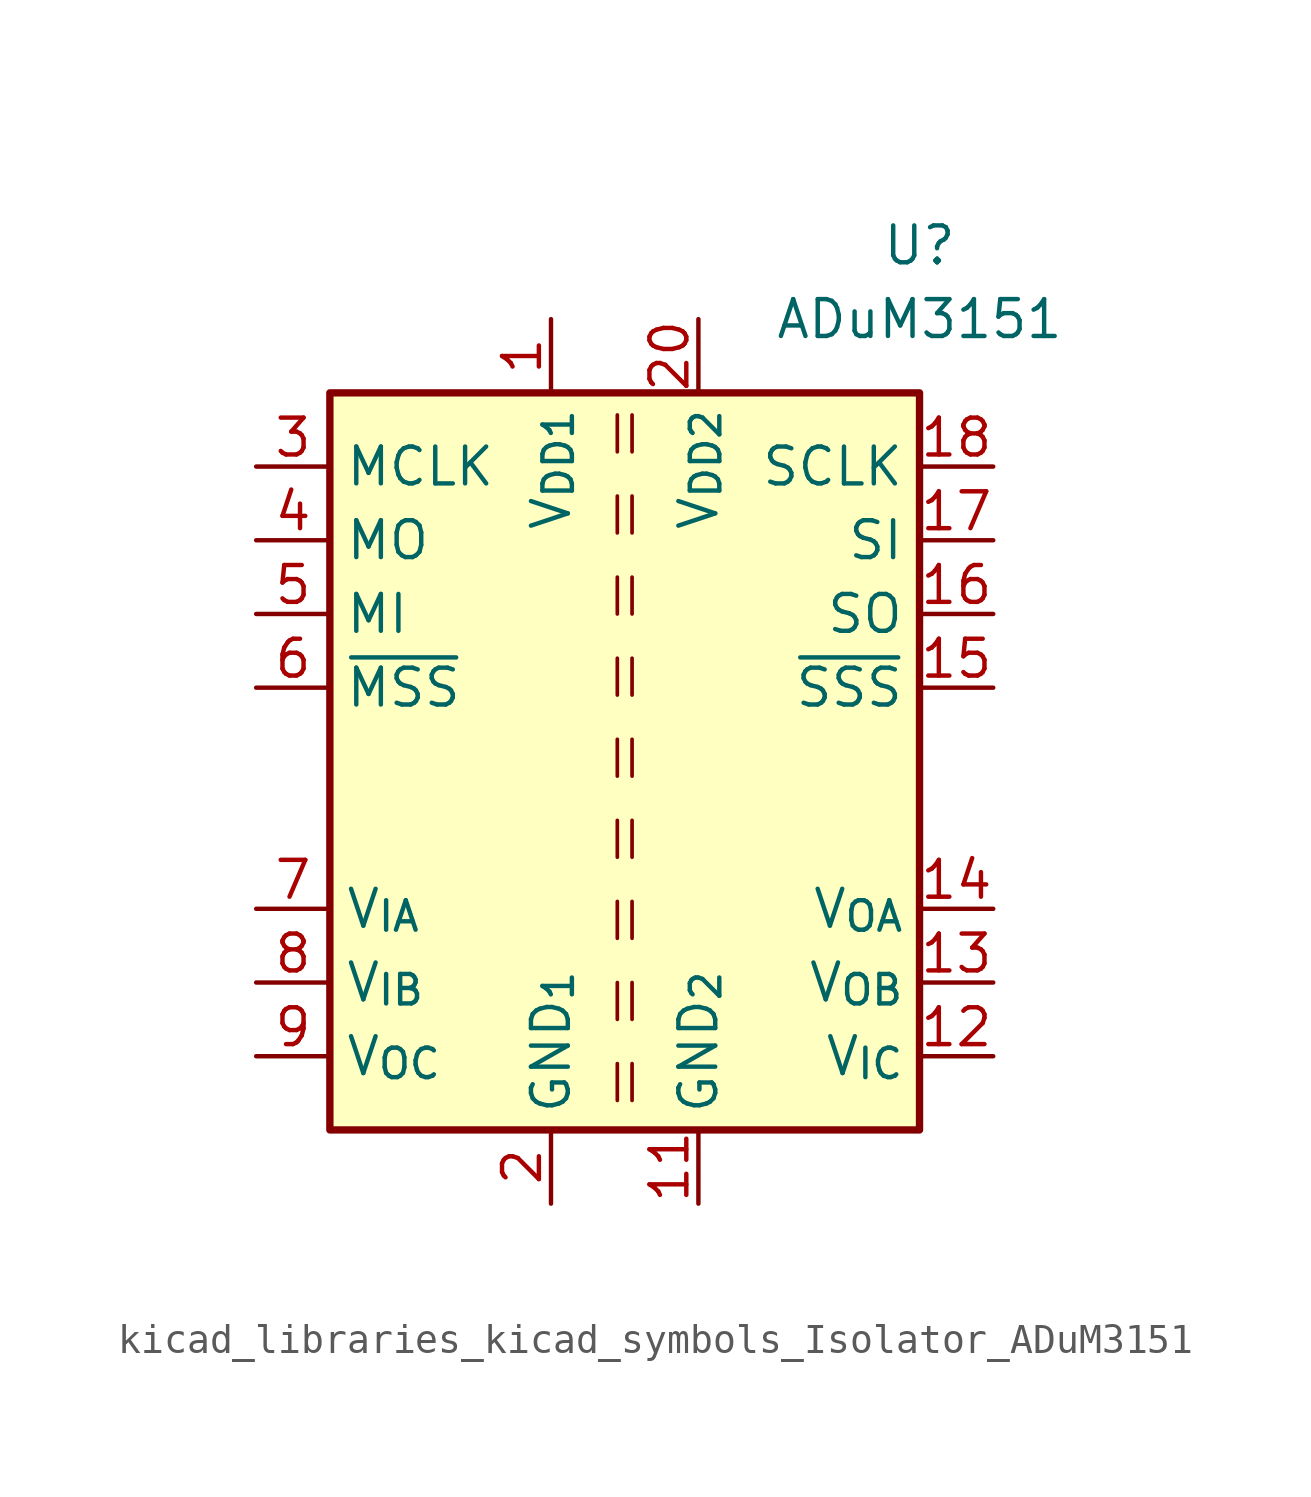
<source format=kicad_sym>
(kicad_symbol_lib
  (version 20220914)
  (generator kicad_symbol_editor)
  (symbol "kicad_libraries_kicad_symbols_Isolator_ADuM3151"
    (property "Reference" "U"
      (at 10.16 17.78 0)
      (effects (font (size 1.27 1.27))))
    (property "Value" "ADuM3151"
      (at 10.16 15.24 0)
      (effects (font (size 1.27 1.27))))
    (symbol "kicad_libraries_kicad_symbols_Isolator_ADuM3151_0_0"
      (rectangle (start -10.16 12.7) (end 10.16 -12.7) (stroke (width 0.254) (type default)) (fill (type background))))
    (symbol "kicad_libraries_kicad_symbols_Isolator_ADuM3151_1_1"
      (polyline (pts (xy -0.254 -10.414) (xy -0.254 -11.684)) (stroke (width 0.127) (type default)) (fill (type none)))
      (polyline (pts (xy -0.254 -7.62) (xy -0.254 -8.89)) (stroke (width 0.127) (type default)) (fill (type none)))
      (polyline (pts (xy -0.254 -4.826) (xy -0.254 -6.096)) (stroke (width 0.127) (type default)) (fill (type none)))
      (polyline (pts (xy -0.254 -2.032) (xy -0.254 -3.302)) (stroke (width 0.127) (type default)) (fill (type none)))
      (polyline (pts (xy -0.254 0.762) (xy -0.254 -0.508)) (stroke (width 0.127) (type default)) (fill (type none)))
      (polyline (pts (xy -0.254 3.556) (xy -0.254 2.286)) (stroke (width 0.127) (type default)) (fill (type none)))
      (polyline (pts (xy -0.254 6.35) (xy -0.254 5.08)) (stroke (width 0.127) (type default)) (fill (type none)))
      (polyline (pts (xy -0.254 9.144) (xy -0.254 7.874)) (stroke (width 0.127) (type default)) (fill (type none)))
      (polyline (pts (xy -0.254 11.938) (xy -0.254 10.668)) (stroke (width 0.127) (type default)) (fill (type none)))
      (polyline (pts (xy 0.254 -10.414) (xy 0.254 -11.684)) (stroke (width 0.127) (type default)) (fill (type none)))
      (polyline (pts (xy 0.254 -7.62) (xy 0.254 -8.89)) (stroke (width 0.127) (type default)) (fill (type none)))
      (polyline (pts (xy 0.254 -4.826) (xy 0.254 -6.096)) (stroke (width 0.127) (type default)) (fill (type none)))
      (polyline (pts (xy 0.254 -2.032) (xy 0.254 -3.302)) (stroke (width 0.127) (type default)) (fill (type none)))
      (polyline (pts (xy 0.254 0.762) (xy 0.254 -0.508)) (stroke (width 0.127) (type default)) (fill (type none)))
      (polyline (pts (xy 0.254 3.556) (xy 0.254 2.286)) (stroke (width 0.127) (type default)) (fill (type none)))
      (polyline (pts (xy 0.254 6.35) (xy 0.254 5.08)) (stroke (width 0.127) (type default)) (fill (type none)))
      (polyline (pts (xy 0.254 9.144) (xy 0.254 7.874)) (stroke (width 0.127) (type default)) (fill (type none)))
      (polyline (pts (xy 0.254 11.938) (xy 0.254 10.668)) (stroke (width 0.127) (type default)) (fill (type none)))
      (pin power_in line (at -2.54 15.24 270) (length 2.54) (name "V_{DD1}" (effects (font (size 1.27 1.27)))) (number "1" (effects (font (size 1.27 1.27)))))
      (pin passive line (at -2.54 -15.24 90) (length 2.54) hide (name "GND_{1}" (effects (font (size 1.27 1.27)))) (number "10" (effects (font (size 1.27 1.27)))))
      (pin power_in line (at 2.54 -15.24 90) (length 2.54) (name "GND_{2}" (effects (font (size 1.27 1.27)))) (number "11" (effects (font (size 1.27 1.27)))))
      (pin input line (at 12.7 -10.16 180) (length 2.54) (name "V_{IC}" (effects (font (size 1.27 1.27)))) (number "12" (effects (font (size 1.27 1.27)))))
      (pin output line (at 12.7 -7.62 180) (length 2.54) (name "V_{OB}" (effects (font (size 1.27 1.27)))) (number "13" (effects (font (size 1.27 1.27)))))
      (pin output line (at 12.7 -5.08 180) (length 2.54) (name "V_{OA}" (effects (font (size 1.27 1.27)))) (number "14" (effects (font (size 1.27 1.27)))))
      (pin output line (at 12.7 2.54 180) (length 2.54) (name "~{SSS}" (effects (font (size 1.27 1.27)))) (number "15" (effects (font (size 1.27 1.27)))))
      (pin input line (at 12.7 5.08 180) (length 2.54) (name "SO" (effects (font (size 1.27 1.27)))) (number "16" (effects (font (size 1.27 1.27)))))
      (pin output line (at 12.7 7.62 180) (length 2.54) (name "SI" (effects (font (size 1.27 1.27)))) (number "17" (effects (font (size 1.27 1.27)))))
      (pin output line (at 12.7 10.16 180) (length 2.54) (name "SCLK" (effects (font (size 1.27 1.27)))) (number "18" (effects (font (size 1.27 1.27)))))
      (pin passive line (at 2.54 -15.24 90) (length 2.54) hide (name "GND_{2}" (effects (font (size 1.27 1.27)))) (number "19" (effects (font (size 1.27 1.27)))))
      (pin power_in line (at -2.54 -15.24 90) (length 2.54) (name "GND_{1}" (effects (font (size 1.27 1.27)))) (number "2" (effects (font (size 1.27 1.27)))))
      (pin power_in line (at 2.54 15.24 270) (length 2.54) (name "V_{DD2}" (effects (font (size 1.27 1.27)))) (number "20" (effects (font (size 1.27 1.27)))))
      (pin input line (at -12.7 10.16 0) (length 2.54) (name "MCLK" (effects (font (size 1.27 1.27)))) (number "3" (effects (font (size 1.27 1.27)))))
      (pin input line (at -12.7 7.62 0) (length 2.54) (name "MO" (effects (font (size 1.27 1.27)))) (number "4" (effects (font (size 1.27 1.27)))))
      (pin output line (at -12.7 5.08 0) (length 2.54) (name "MI" (effects (font (size 1.27 1.27)))) (number "5" (effects (font (size 1.27 1.27)))))
      (pin input line (at -12.7 2.54 0) (length 2.54) (name "~{MSS}" (effects (font (size 1.27 1.27)))) (number "6" (effects (font (size 1.27 1.27)))))
      (pin input line (at -12.7 -5.08 0) (length 2.54) (name "V_{IA}" (effects (font (size 1.27 1.27)))) (number "7" (effects (font (size 1.27 1.27)))))
      (pin input line (at -12.7 -7.62 0) (length 2.54) (name "V_{IB}" (effects (font (size 1.27 1.27)))) (number "8" (effects (font (size 1.27 1.27)))))
      (pin output line (at -12.7 -10.16 0) (length 2.54) (name "V_{OC}" (effects (font (size 1.27 1.27)))) (number "9" (effects (font (size 1.27 1.27))))))))
</source>
